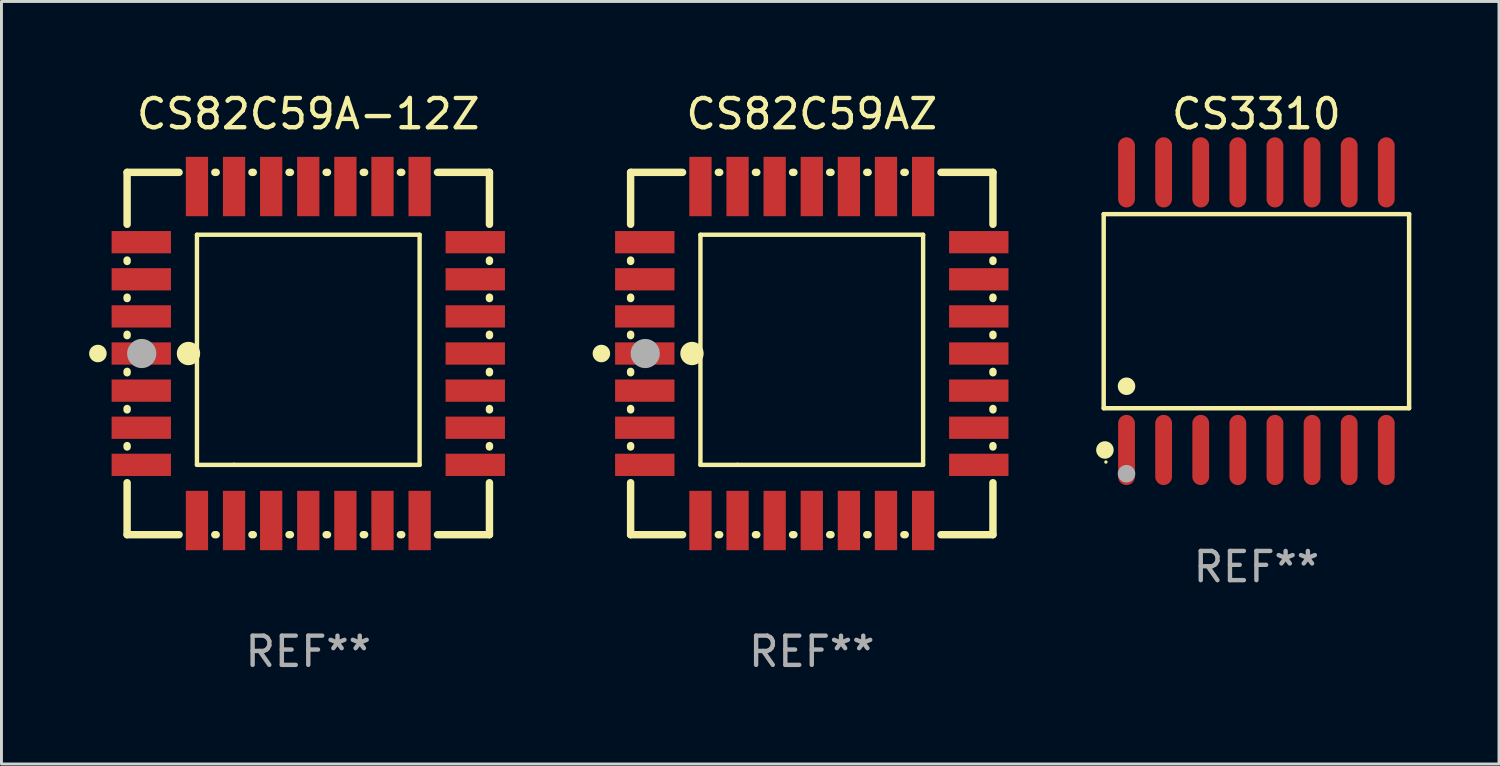
<source format=kicad_pcb>
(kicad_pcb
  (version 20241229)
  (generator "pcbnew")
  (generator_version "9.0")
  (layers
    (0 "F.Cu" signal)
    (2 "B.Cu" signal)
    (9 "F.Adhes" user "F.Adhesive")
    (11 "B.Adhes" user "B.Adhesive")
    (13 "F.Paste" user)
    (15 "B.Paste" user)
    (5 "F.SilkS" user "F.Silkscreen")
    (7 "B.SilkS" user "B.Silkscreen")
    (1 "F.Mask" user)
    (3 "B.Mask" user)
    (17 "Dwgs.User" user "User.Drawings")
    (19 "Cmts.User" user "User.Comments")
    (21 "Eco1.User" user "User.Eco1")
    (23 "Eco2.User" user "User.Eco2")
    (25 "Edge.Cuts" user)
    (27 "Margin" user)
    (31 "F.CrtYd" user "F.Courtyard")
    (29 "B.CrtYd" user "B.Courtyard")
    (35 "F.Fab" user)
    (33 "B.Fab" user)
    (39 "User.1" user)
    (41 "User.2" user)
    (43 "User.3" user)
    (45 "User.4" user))
  (footprint "CS82C59A-12Z"
    (layer "F.Cu")
    (at 7.5 9.048)
    (property "Reference" "CS82C59A-12Z" (at 0 -8.2 0) (layer "F.SilkS") (effects (font (size 1 1) (thickness 0.15))))
    (attr through_hole)
    (fp_line (start -6.2 -6.2) (end -4.422 -6.2) (stroke (width 0.254) (type solid)) (layer "F.SilkS"))
    (fp_line (start -6.2 -4.422) (end -6.2 -6.2) (stroke (width 0.254) (type solid)) (layer "F.SilkS"))
    (fp_line (start -6.2 -3.152) (end -6.2 -3.198) (stroke (width 0.254) (type solid)) (layer "F.SilkS"))
    (fp_line (start -6.2 -1.882) (end -6.2 -1.928) (stroke (width 0.254) (type solid)) (layer "F.SilkS"))
    (fp_line (start -6.2 -0.612) (end -6.2 -0.658) (stroke (width 0.254) (type solid)) (layer "F.SilkS"))
    (fp_line (start -6.2 0.658) (end -6.2 0.612) (stroke (width 0.254) (type solid)) (layer "F.SilkS"))
    (fp_line (start -6.2 1.928) (end -6.2 1.882) (stroke (width 0.254) (type solid)) (layer "F.SilkS"))
    (fp_line (start -6.2 3.198) (end -6.2 3.152) (stroke (width 0.254) (type solid)) (layer "F.SilkS"))
    (fp_line (start -6.2 6.2) (end -6.2 4.422) (stroke (width 0.254) (type solid)) (layer "F.SilkS"))
    (fp_line (start -4.422 6.2) (end -6.2 6.2) (stroke (width 0.254) (type solid)) (layer "F.SilkS"))
    (fp_line (start -3.81 -4.064) (end 3.81 -4.064) (stroke (width 0.15) (type solid)) (layer "F.SilkS"))
    (fp_line (start -3.81 3.81) (end -3.81 -4.064) (stroke (width 0.15) (type solid)) (layer "F.SilkS"))
    (fp_line (start -3.198 -6.2) (end -3.152 -6.2) (stroke (width 0.254) (type solid)) (layer "F.SilkS"))
    (fp_line (start -3.152 6.2) (end -3.198 6.2) (stroke (width 0.254) (type solid)) (layer "F.SilkS"))
    (fp_line (start -2.54 3.81) (end -3.81 3.81) (stroke (width 0.15) (type solid)) (layer "F.SilkS"))
    (fp_line (start -1.928 -6.2) (end -1.882 -6.2) (stroke (width 0.254) (type solid)) (layer "F.SilkS"))
    (fp_line (start -1.882 6.2) (end -1.928 6.2) (stroke (width 0.254) (type solid)) (layer "F.SilkS"))
    (fp_line (start -0.658 -6.2) (end -0.612 -6.2) (stroke (width 0.254) (type solid)) (layer "F.SilkS"))
    (fp_line (start -0.612 6.2) (end -0.658 6.2) (stroke (width 0.254) (type solid)) (layer "F.SilkS"))
    (fp_line (start 0.612 -6.2) (end 0.658 -6.2) (stroke (width 0.254) (type solid)) (layer "F.SilkS"))
    (fp_line (start 0.658 6.2) (end 0.612 6.2) (stroke (width 0.254) (type solid)) (layer "F.SilkS"))
    (fp_line (start 1.882 -6.2) (end 1.928 -6.2) (stroke (width 0.254) (type solid)) (layer "F.SilkS"))
    (fp_line (start 1.928 6.2) (end 1.882 6.2) (stroke (width 0.254) (type solid)) (layer "F.SilkS"))
    (fp_line (start 3.152 -6.2) (end 3.198 -6.2) (stroke (width 0.254) (type solid)) (layer "F.SilkS"))
    (fp_line (start 3.198 6.2) (end 3.152 6.2) (stroke (width 0.254) (type solid)) (layer "F.SilkS"))
    (fp_line (start 3.81 -4.064) (end 3.81 3.81) (stroke (width 0.15) (type solid)) (layer "F.SilkS"))
    (fp_line (start 3.81 3.81) (end -2.54 3.81) (stroke (width 0.15) (type solid)) (layer "F.SilkS"))
    (fp_line (start 4.422 -6.2) (end 6.2 -6.2) (stroke (width 0.254) (type solid)) (layer "F.SilkS"))
    (fp_line (start 6.2 -6.2) (end 6.2 -4.422) (stroke (width 0.254) (type solid)) (layer "F.SilkS"))
    (fp_line (start 6.2 -3.198) (end 6.2 -3.152) (stroke (width 0.254) (type solid)) (layer "F.SilkS"))
    (fp_line (start 6.2 -1.928) (end 6.2 -1.882) (stroke (width 0.254) (type solid)) (layer "F.SilkS"))
    (fp_line (start 6.2 -0.658) (end 6.2 -0.612) (stroke (width 0.254) (type solid)) (layer "F.SilkS"))
    (fp_line (start 6.2 0.612) (end 6.2 0.658) (stroke (width 0.254) (type solid)) (layer "F.SilkS"))
    (fp_line (start 6.2 1.882) (end 6.2 1.928) (stroke (width 0.254) (type solid)) (layer "F.SilkS"))
    (fp_line (start 6.2 3.152) (end 6.2 3.198) (stroke (width 0.254) (type solid)) (layer "F.SilkS"))
    (fp_line (start 6.2 4.422) (end 6.2 6.2) (stroke (width 0.254) (type solid)) (layer "F.SilkS"))
    (fp_line (start 6.2 6.2) (end 4.422 6.2) (stroke (width 0.254) (type solid)) (layer "F.SilkS"))
    (fp_circle (center -7.2 0) (end -7.05 0) (stroke (width 0.3) (type solid)) (fill no) (layer "F.SilkS"))
    (fp_circle (center -6.223 6.223) (end -6.193 6.223) (stroke (width 0.06) (type solid)) (fill no) (layer "F.SilkS"))
    (fp_circle (center -4.1 0) (end -3.9 0) (stroke (width 0.4) (type solid)) (fill no) (layer "F.SilkS"))
    (fp_circle (center -5.7 0) (end -5.45 0) (stroke (width 0.5) (type solid)) (fill no) (layer "F.Fab"))
    (fp_text user "REF**" (at 0 10.2 0) (layer "F.Fab") (effects (font (size 1 1) (thickness 0.15))))
    (pad "1" smd rect (at -5.715 0) (size 2.032 0.762) (layers "F.Cu" "F.Mask" "F.Paste"))
    (pad "2" smd rect (at -5.715 1.27) (size 2.032 0.762) (layers "F.Cu" "F.Mask" "F.Paste"))
    (pad "3" smd rect (at -5.715 2.54) (size 2.032 0.762) (layers "F.Cu" "F.Mask" "F.Paste"))
    (pad "4" smd rect (at -5.715 3.81) (size 2.032 0.762) (layers "F.Cu" "F.Mask" "F.Paste"))
    (pad "5" smd rect (at -3.81 5.715) (size 0.762 2.032) (layers "F.Cu" "F.Mask" "F.Paste"))
    (pad "6" smd rect (at -2.54 5.715) (size 0.762 2.032) (layers "F.Cu" "F.Mask" "F.Paste"))
    (pad "7" smd rect (at -1.27 5.715) (size 0.762 2.032) (layers "F.Cu" "F.Mask" "F.Paste"))
    (pad "8" smd rect (at 0 5.715) (size 0.762 2.032) (layers "F.Cu" "F.Mask" "F.Paste"))
    (pad "9" smd rect (at 1.27 5.715) (size 0.762 2.032) (layers "F.Cu" "F.Mask" "F.Paste"))
    (pad "10" smd rect (at 2.54 5.715) (size 0.762 2.032) (layers "F.Cu" "F.Mask" "F.Paste"))
    (pad "11" smd rect (at 3.81 5.715) (size 0.762 2.032) (layers "F.Cu" "F.Mask" "F.Paste"))
    (pad "12" smd rect (at 5.715 3.81) (size 2.032 0.762) (layers "F.Cu" "F.Mask" "F.Paste"))
    (pad "13" smd rect (at 5.715 2.54) (size 2.032 0.762) (layers "F.Cu" "F.Mask" "F.Paste"))
    (pad "14" smd rect (at 5.715 1.27) (size 2.032 0.762) (layers "F.Cu" "F.Mask" "F.Paste"))
    (pad "15" smd rect (at 5.715 0) (size 2.032 0.762) (layers "F.Cu" "F.Mask" "F.Paste"))
    (pad "16" smd rect (at 5.715 -1.27) (size 2.032 0.762) (layers "F.Cu" "F.Mask" "F.Paste"))
    (pad "17" smd rect (at 5.715 -2.54) (size 2.032 0.762) (layers "F.Cu" "F.Mask" "F.Paste"))
    (pad "18" smd rect (at 5.715 -3.81) (size 2.032 0.762) (layers "F.Cu" "F.Mask" "F.Paste"))
    (pad "19" smd rect (at 3.81 -5.715) (size 0.762 2.032) (layers "F.Cu" "F.Mask" "F.Paste"))
    (pad "20" smd rect (at 2.54 -5.715) (size 0.762 2.032) (layers "F.Cu" "F.Mask" "F.Paste"))
    (pad "21" smd rect (at 1.27 -5.715) (size 0.762 2.032) (layers "F.Cu" "F.Mask" "F.Paste"))
    (pad "22" smd rect (at 0 -5.715) (size 0.762 2.032) (layers "F.Cu" "F.Mask" "F.Paste"))
    (pad "23" smd rect (at -1.27 -5.715) (size 0.762 2.032) (layers "F.Cu" "F.Mask" "F.Paste"))
    (pad "24" smd rect (at -2.54 -5.715) (size 0.762 2.032) (layers "F.Cu" "F.Mask" "F.Paste"))
    (pad "25" smd rect (at -3.81 -5.715) (size 0.762 2.032) (layers "F.Cu" "F.Mask" "F.Paste"))
    (pad "26" smd rect (at -5.715 -3.81) (size 2.032 0.762) (layers "F.Cu" "F.Mask" "F.Paste"))
    (pad "27" smd rect (at -5.715 -2.54) (size 2.032 0.762) (layers "F.Cu" "F.Mask" "F.Paste"))
    (pad "28" smd rect (at -5.715 -1.27) (size 2.032 0.762) (layers "F.Cu" "F.Mask" "F.Paste")))
  (footprint "CS3310"
    (layer "F.Cu")
    (at 39.947 7.599)
    (property "Reference" "CS3310" (at 0 -6.75 0) (layer "F.SilkS") (effects (font (size 1 1) (thickness 0.15))))
    (attr through_hole)
    (fp_line (start -5.226 -3.321) (end 5.226 -3.321) (stroke (width 0.152) (type solid)) (layer "F.SilkS"))
    (fp_line (start -5.226 3.321) (end -5.226 -3.321) (stroke (width 0.152) (type solid)) (layer "F.SilkS"))
    (fp_line (start 5.226 -3.321) (end 5.226 3.321) (stroke (width 0.152) (type solid)) (layer "F.SilkS"))
    (fp_line (start 5.226 3.321) (end -5.226 3.321) (stroke (width 0.152) (type solid)) (layer "F.SilkS"))
    (fp_circle (center -5.184 4.75) (end -5.034 4.75) (stroke (width 0.3) (type solid)) (fill no) (layer "F.SilkS"))
    (fp_circle (center -5.15 5.163) (end -5.12 5.163) (stroke (width 0.06) (type solid)) (fill no) (layer "F.SilkS"))
    (fp_circle (center -4.445 2.569) (end -4.295 2.569) (stroke (width 0.3) (type solid)) (fill no) (layer "F.SilkS"))
    (fp_circle (center -4.445 5.563) (end -4.295 5.563) (stroke (width 0.3) (type solid)) (fill no) (layer "F.Fab"))
    (fp_text user "REF**" (at 0 8.75 0) (layer "F.Fab") (effects (font (size 1 1) (thickness 0.15))))
    (pad "1" smd oval (at -4.445 4.75) (size 0.574 2.401) (layers "F.Cu" "F.Mask" "F.Paste"))
    (pad "2" smd oval (at -3.175 4.75) (size 0.574 2.401) (layers "F.Cu" "F.Mask" "F.Paste"))
    (pad "3" smd oval (at -1.905 4.75) (size 0.574 2.401) (layers "F.Cu" "F.Mask" "F.Paste"))
    (pad "4" smd oval (at -0.635 4.75) (size 0.574 2.401) (layers "F.Cu" "F.Mask" "F.Paste"))
    (pad "5" smd oval (at 0.635 4.75) (size 0.574 2.401) (layers "F.Cu" "F.Mask" "F.Paste"))
    (pad "6" smd oval (at 1.905 4.75) (size 0.574 2.401) (layers "F.Cu" "F.Mask" "F.Paste"))
    (pad "7" smd oval (at 3.175 4.75) (size 0.574 2.401) (layers "F.Cu" "F.Mask" "F.Paste"))
    (pad "8" smd oval (at 4.445 4.75) (size 0.574 2.401) (layers "F.Cu" "F.Mask" "F.Paste"))
    (pad "9" smd oval (at 4.445 -4.75) (size 0.574 2.401) (layers "F.Cu" "F.Mask" "F.Paste"))
    (pad "10" smd oval (at 3.175 -4.75) (size 0.574 2.401) (layers "F.Cu" "F.Mask" "F.Paste"))
    (pad "11" smd oval (at 1.905 -4.75) (size 0.574 2.401) (layers "F.Cu" "F.Mask" "F.Paste"))
    (pad "12" smd oval (at 0.635 -4.75) (size 0.574 2.401) (layers "F.Cu" "F.Mask" "F.Paste"))
    (pad "13" smd oval (at -0.635 -4.75) (size 0.574 2.401) (layers "F.Cu" "F.Mask" "F.Paste"))
    (pad "14" smd oval (at -1.905 -4.75) (size 0.574 2.401) (layers "F.Cu" "F.Mask" "F.Paste"))
    (pad "15" smd oval (at -3.175 -4.75) (size 0.574 2.401) (layers "F.Cu" "F.Mask" "F.Paste"))
    (pad "16" smd oval (at -4.445 -4.75) (size 0.574 2.401) (layers "F.Cu" "F.Mask" "F.Paste")))
  (footprint "CS82C59AZ"
    (layer "F.Cu")
    (at 24.731 9.048)
    (property "Reference" "CS82C59AZ" (at 0 -8.2 0) (layer "F.SilkS") (effects (font (size 1 1) (thickness 0.15))))
    (attr through_hole)
    (fp_line (start -6.2 -6.2) (end -4.422 -6.2) (stroke (width 0.254) (type solid)) (layer "F.SilkS"))
    (fp_line (start -6.2 -4.422) (end -6.2 -6.2) (stroke (width 0.254) (type solid)) (layer "F.SilkS"))
    (fp_line (start -6.2 -3.152) (end -6.2 -3.198) (stroke (width 0.254) (type solid)) (layer "F.SilkS"))
    (fp_line (start -6.2 -1.882) (end -6.2 -1.928) (stroke (width 0.254) (type solid)) (layer "F.SilkS"))
    (fp_line (start -6.2 -0.612) (end -6.2 -0.658) (stroke (width 0.254) (type solid)) (layer "F.SilkS"))
    (fp_line (start -6.2 0.658) (end -6.2 0.612) (stroke (width 0.254) (type solid)) (layer "F.SilkS"))
    (fp_line (start -6.2 1.928) (end -6.2 1.882) (stroke (width 0.254) (type solid)) (layer "F.SilkS"))
    (fp_line (start -6.2 3.198) (end -6.2 3.152) (stroke (width 0.254) (type solid)) (layer "F.SilkS"))
    (fp_line (start -6.2 6.2) (end -6.2 4.422) (stroke (width 0.254) (type solid)) (layer "F.SilkS"))
    (fp_line (start -4.422 6.2) (end -6.2 6.2) (stroke (width 0.254) (type solid)) (layer "F.SilkS"))
    (fp_line (start -3.81 -4.064) (end 3.81 -4.064) (stroke (width 0.15) (type solid)) (layer "F.SilkS"))
    (fp_line (start -3.81 3.81) (end -3.81 -4.064) (stroke (width 0.15) (type solid)) (layer "F.SilkS"))
    (fp_line (start -3.198 -6.2) (end -3.152 -6.2) (stroke (width 0.254) (type solid)) (layer "F.SilkS"))
    (fp_line (start -3.152 6.2) (end -3.198 6.2) (stroke (width 0.254) (type solid)) (layer "F.SilkS"))
    (fp_line (start -2.54 3.81) (end -3.81 3.81) (stroke (width 0.15) (type solid)) (layer "F.SilkS"))
    (fp_line (start -1.928 -6.2) (end -1.882 -6.2) (stroke (width 0.254) (type solid)) (layer "F.SilkS"))
    (fp_line (start -1.882 6.2) (end -1.928 6.2) (stroke (width 0.254) (type solid)) (layer "F.SilkS"))
    (fp_line (start -0.658 -6.2) (end -0.612 -6.2) (stroke (width 0.254) (type solid)) (layer "F.SilkS"))
    (fp_line (start -0.612 6.2) (end -0.658 6.2) (stroke (width 0.254) (type solid)) (layer "F.SilkS"))
    (fp_line (start 0.612 -6.2) (end 0.658 -6.2) (stroke (width 0.254) (type solid)) (layer "F.SilkS"))
    (fp_line (start 0.658 6.2) (end 0.612 6.2) (stroke (width 0.254) (type solid)) (layer "F.SilkS"))
    (fp_line (start 1.882 -6.2) (end 1.928 -6.2) (stroke (width 0.254) (type solid)) (layer "F.SilkS"))
    (fp_line (start 1.928 6.2) (end 1.882 6.2) (stroke (width 0.254) (type solid)) (layer "F.SilkS"))
    (fp_line (start 3.152 -6.2) (end 3.198 -6.2) (stroke (width 0.254) (type solid)) (layer "F.SilkS"))
    (fp_line (start 3.198 6.2) (end 3.152 6.2) (stroke (width 0.254) (type solid)) (layer "F.SilkS"))
    (fp_line (start 3.81 -4.064) (end 3.81 3.81) (stroke (width 0.15) (type solid)) (layer "F.SilkS"))
    (fp_line (start 3.81 3.81) (end -2.54 3.81) (stroke (width 0.15) (type solid)) (layer "F.SilkS"))
    (fp_line (start 4.422 -6.2) (end 6.2 -6.2) (stroke (width 0.254) (type solid)) (layer "F.SilkS"))
    (fp_line (start 6.2 -6.2) (end 6.2 -4.422) (stroke (width 0.254) (type solid)) (layer "F.SilkS"))
    (fp_line (start 6.2 -3.198) (end 6.2 -3.152) (stroke (width 0.254) (type solid)) (layer "F.SilkS"))
    (fp_line (start 6.2 -1.928) (end 6.2 -1.882) (stroke (width 0.254) (type solid)) (layer "F.SilkS"))
    (fp_line (start 6.2 -0.658) (end 6.2 -0.612) (stroke (width 0.254) (type solid)) (layer "F.SilkS"))
    (fp_line (start 6.2 0.612) (end 6.2 0.658) (stroke (width 0.254) (type solid)) (layer "F.SilkS"))
    (fp_line (start 6.2 1.882) (end 6.2 1.928) (stroke (width 0.254) (type solid)) (layer "F.SilkS"))
    (fp_line (start 6.2 3.152) (end 6.2 3.198) (stroke (width 0.254) (type solid)) (layer "F.SilkS"))
    (fp_line (start 6.2 4.422) (end 6.2 6.2) (stroke (width 0.254) (type solid)) (layer "F.SilkS"))
    (fp_line (start 6.2 6.2) (end 4.422 6.2) (stroke (width 0.254) (type solid)) (layer "F.SilkS"))
    (fp_circle (center -7.2 0) (end -7.05 0) (stroke (width 0.3) (type solid)) (fill no) (layer "F.SilkS"))
    (fp_circle (center -6.223 6.223) (end -6.193 6.223) (stroke (width 0.06) (type solid)) (fill no) (layer "F.SilkS"))
    (fp_circle (center -4.1 0) (end -3.9 0) (stroke (width 0.4) (type solid)) (fill no) (layer "F.SilkS"))
    (fp_circle (center -5.7 0) (end -5.45 0) (stroke (width 0.5) (type solid)) (fill no) (layer "F.Fab"))
    (fp_text user "REF**" (at 0 10.2 0) (layer "F.Fab") (effects (font (size 1 1) (thickness 0.15))))
    (pad "1" smd rect (at -5.715 0) (size 2.032 0.762) (layers "F.Cu" "F.Mask" "F.Paste"))
    (pad "2" smd rect (at -5.715 1.27) (size 2.032 0.762) (layers "F.Cu" "F.Mask" "F.Paste"))
    (pad "3" smd rect (at -5.715 2.54) (size 2.032 0.762) (layers "F.Cu" "F.Mask" "F.Paste"))
    (pad "4" smd rect (at -5.715 3.81) (size 2.032 0.762) (layers "F.Cu" "F.Mask" "F.Paste"))
    (pad "5" smd rect (at -3.81 5.715) (size 0.762 2.032) (layers "F.Cu" "F.Mask" "F.Paste"))
    (pad "6" smd rect (at -2.54 5.715) (size 0.762 2.032) (layers "F.Cu" "F.Mask" "F.Paste"))
    (pad "7" smd rect (at -1.27 5.715) (size 0.762 2.032) (layers "F.Cu" "F.Mask" "F.Paste"))
    (pad "8" smd rect (at 0 5.715) (size 0.762 2.032) (layers "F.Cu" "F.Mask" "F.Paste"))
    (pad "9" smd rect (at 1.27 5.715) (size 0.762 2.032) (layers "F.Cu" "F.Mask" "F.Paste"))
    (pad "10" smd rect (at 2.54 5.715) (size 0.762 2.032) (layers "F.Cu" "F.Mask" "F.Paste"))
    (pad "11" smd rect (at 3.81 5.715) (size 0.762 2.032) (layers "F.Cu" "F.Mask" "F.Paste"))
    (pad "12" smd rect (at 5.715 3.81) (size 2.032 0.762) (layers "F.Cu" "F.Mask" "F.Paste"))
    (pad "13" smd rect (at 5.715 2.54) (size 2.032 0.762) (layers "F.Cu" "F.Mask" "F.Paste"))
    (pad "14" smd rect (at 5.715 1.27) (size 2.032 0.762) (layers "F.Cu" "F.Mask" "F.Paste"))
    (pad "15" smd rect (at 5.715 0) (size 2.032 0.762) (layers "F.Cu" "F.Mask" "F.Paste"))
    (pad "16" smd rect (at 5.715 -1.27) (size 2.032 0.762) (layers "F.Cu" "F.Mask" "F.Paste"))
    (pad "17" smd rect (at 5.715 -2.54) (size 2.032 0.762) (layers "F.Cu" "F.Mask" "F.Paste"))
    (pad "18" smd rect (at 5.715 -3.81) (size 2.032 0.762) (layers "F.Cu" "F.Mask" "F.Paste"))
    (pad "19" smd rect (at 3.81 -5.715) (size 0.762 2.032) (layers "F.Cu" "F.Mask" "F.Paste"))
    (pad "20" smd rect (at 2.54 -5.715) (size 0.762 2.032) (layers "F.Cu" "F.Mask" "F.Paste"))
    (pad "21" smd rect (at 1.27 -5.715) (size 0.762 2.032) (layers "F.Cu" "F.Mask" "F.Paste"))
    (pad "22" smd rect (at 0 -5.715) (size 0.762 2.032) (layers "F.Cu" "F.Mask" "F.Paste"))
    (pad "23" smd rect (at -1.27 -5.715) (size 0.762 2.032) (layers "F.Cu" "F.Mask" "F.Paste"))
    (pad "24" smd rect (at -2.54 -5.715) (size 0.762 2.032) (layers "F.Cu" "F.Mask" "F.Paste"))
    (pad "25" smd rect (at -3.81 -5.715) (size 0.762 2.032) (layers "F.Cu" "F.Mask" "F.Paste"))
    (pad "26" smd rect (at -5.715 -3.81) (size 2.032 0.762) (layers "F.Cu" "F.Mask" "F.Paste"))
    (pad "27" smd rect (at -5.715 -2.54) (size 2.032 0.762) (layers "F.Cu" "F.Mask" "F.Paste"))
    (pad "28" smd rect (at -5.715 -1.27) (size 2.032 0.762) (layers "F.Cu" "F.Mask" "F.Paste")))
  (gr_rect
    (start -3 -3)
    (end 48.249 23.096)
    (stroke (width 0.1) (type default))
    (fill no)
    (layer "Edge.Cuts")))
</source>
